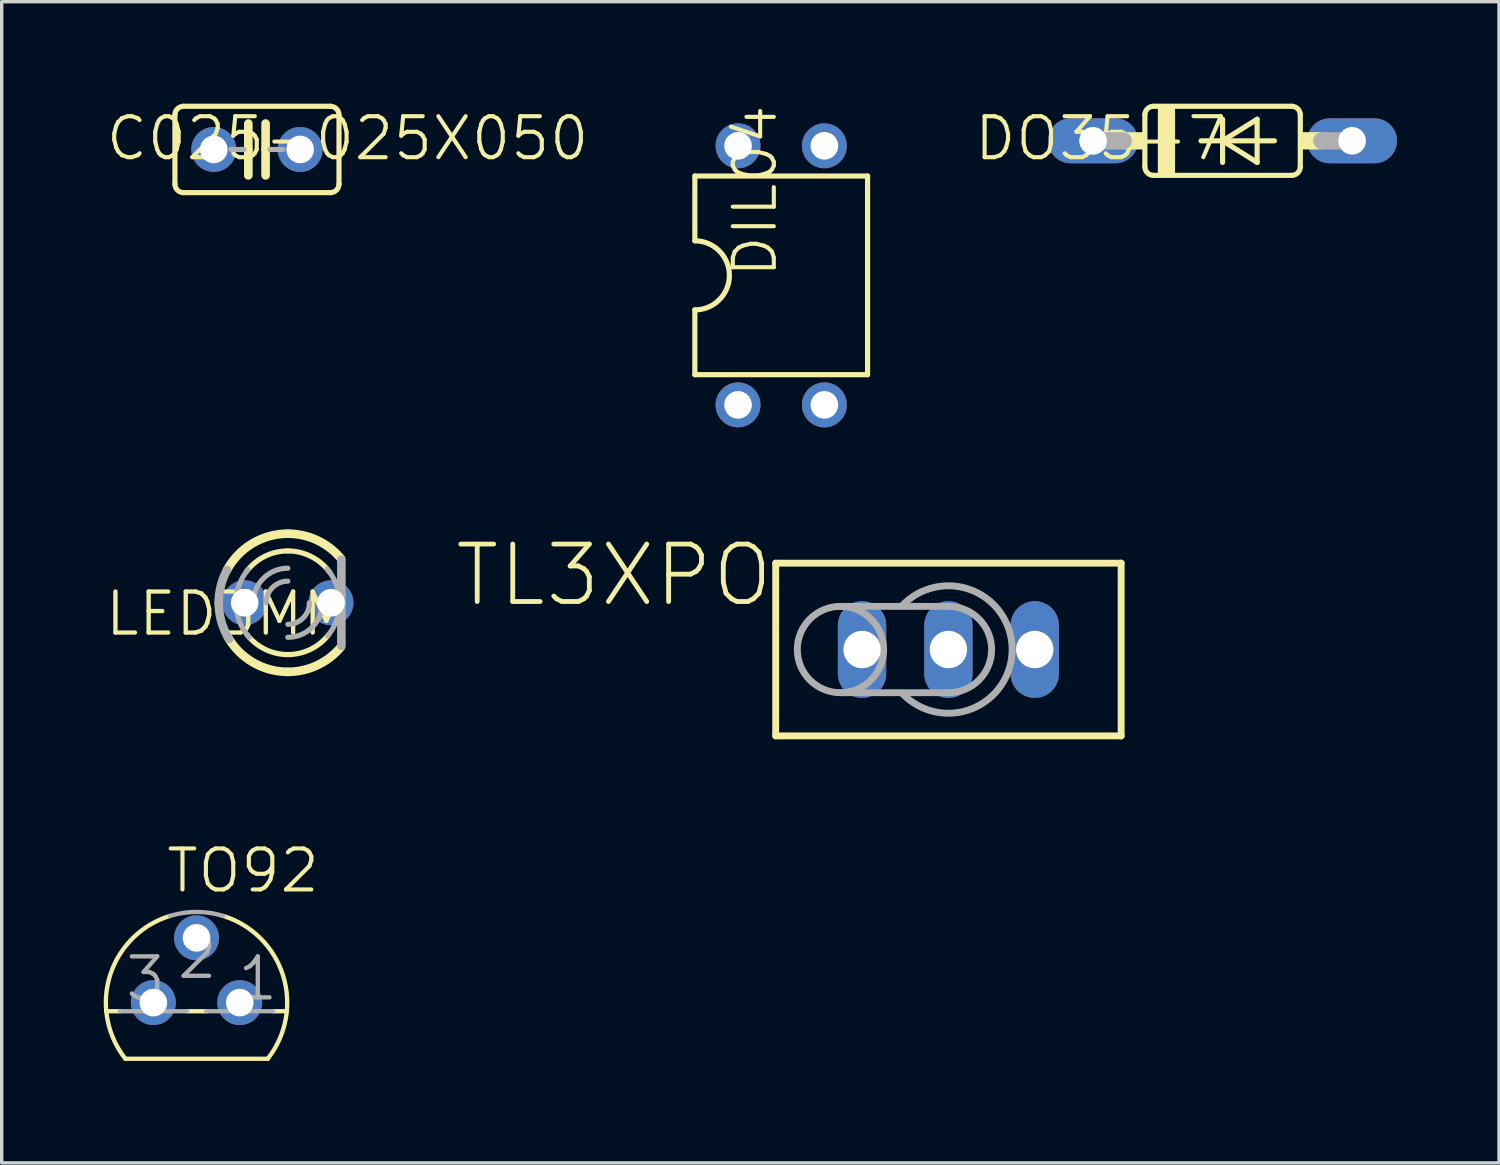
<source format=kicad_pcb>
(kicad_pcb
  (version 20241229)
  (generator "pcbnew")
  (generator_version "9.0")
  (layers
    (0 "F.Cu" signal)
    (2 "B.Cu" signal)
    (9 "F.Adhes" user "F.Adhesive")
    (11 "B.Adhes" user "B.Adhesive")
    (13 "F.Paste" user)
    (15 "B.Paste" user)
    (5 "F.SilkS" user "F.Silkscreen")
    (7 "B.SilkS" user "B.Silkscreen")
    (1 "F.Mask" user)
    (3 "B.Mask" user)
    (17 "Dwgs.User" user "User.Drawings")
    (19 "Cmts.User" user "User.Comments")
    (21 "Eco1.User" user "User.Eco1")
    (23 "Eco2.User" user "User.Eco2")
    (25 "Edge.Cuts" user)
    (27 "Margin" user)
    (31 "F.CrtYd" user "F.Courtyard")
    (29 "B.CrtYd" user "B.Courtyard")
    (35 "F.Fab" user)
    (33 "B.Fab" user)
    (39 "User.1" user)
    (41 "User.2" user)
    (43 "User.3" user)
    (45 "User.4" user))
  (footprint "DO35-7"
    (layer "F.Cu")
    (at 32.91 1.092)
    (property "Reference" "DO35-7" (at -7.366 0.635 0) (layer "F.SilkS") (effects (font (size 1.206 1.206) (thickness 0.121)) (justify left bottom)))
    (attr through_hole)
    (fp_line (start -2.286 -0.762) (end -2.286 0.762) (stroke (width 0.152) (type solid)) (layer "F.SilkS"))
    (fp_line (start -2.032 -1.016) (end 2.032 -1.016) (stroke (width 0.152) (type solid)) (layer "F.SilkS"))
    (fp_line (start -2.032 1.016) (end 2.032 1.016) (stroke (width 0.152) (type solid)) (layer "F.SilkS"))
    (fp_line (start -0.635 0) (end 0 0) (stroke (width 0.152) (type solid)) (layer "F.SilkS"))
    (fp_line (start 0 -0.635) (end 0 0) (stroke (width 0.152) (type solid)) (layer "F.SilkS"))
    (fp_line (start 0 0) (end 0 0.635) (stroke (width 0.152) (type solid)) (layer "F.SilkS"))
    (fp_line (start 0 0) (end 1.016 -0.635) (stroke (width 0.152) (type solid)) (layer "F.SilkS"))
    (fp_line (start 0 0) (end 1.524 0) (stroke (width 0.152) (type solid)) (layer "F.SilkS"))
    (fp_line (start 1.016 -0.635) (end 1.016 0.635) (stroke (width 0.152) (type solid)) (layer "F.SilkS"))
    (fp_line (start 1.016 0.635) (end 0 0) (stroke (width 0.152) (type solid)) (layer "F.SilkS"))
    (fp_line (start 2.286 -0.762) (end 2.286 0.762) (stroke (width 0.152) (type solid)) (layer "F.SilkS"))
    (fp_arc (start -2.286 -0.762) (mid -2.211605 -0.941605) (end -2.032 -1.016) (stroke (width 0.1524) (type solid)) (layer "F.SilkS"))
    (fp_arc (start -2.032 1.016) (mid -2.211605 0.941605) (end -2.286 0.762) (stroke (width 0.1524) (type solid)) (layer "F.SilkS"))
    (fp_arc (start 2.032 -1.016) (mid 2.211605 -0.941605) (end 2.286 -0.762) (stroke (width 0.1524) (type solid)) (layer "F.SilkS"))
    (fp_arc (start 2.286 0.762) (mid 2.211605 0.941605) (end 2.032 1.016) (stroke (width 0.1524) (type solid)) (layer "F.SilkS"))
    (fp_poly (pts (xy -2.921 0.254) (xy -2.286 0.254) (xy -2.286 -0.254) (xy -2.921 -0.254)) (stroke (width 0) (type solid)) (fill yes) (layer "F.SilkS"))
    (fp_poly (pts (xy -1.905 1.016) (xy -1.397 1.016) (xy -1.397 -1.016) (xy -1.905 -1.016)) (stroke (width 0) (type solid)) (fill yes) (layer "F.SilkS"))
    (fp_poly (pts (xy 2.286 0.254) (xy 2.921 0.254) (xy 2.921 -0.254) (xy 2.286 -0.254)) (stroke (width 0) (type solid)) (fill yes) (layer "F.SilkS"))
    (fp_line (start -3.81 0) (end -2.921 0) (stroke (width 0.508) (type solid)) (layer "F.Fab"))
    (fp_line (start 3.81 0) (end 2.921 0) (stroke (width 0.508) (type solid)) (layer "F.Fab"))
    (pad "A" thru_hole oval (at 3.81 0) (size 2.642 1.321) (drill 0.813) (layers "*.Cu" "*.Mask"))
    (pad "C" thru_hole oval (at -3.81 0) (size 2.642 1.321) (drill 0.813) (layers "*.Cu" "*.Mask")))
  (footprint "C025-025X050"
    (layer "F.Cu")
    (at 4.508 1.346)
    (property "Reference" "C025-025X050" (at -4.508 0.381 180) (layer "F.SilkS") (effects (font (size 1.206 1.206) (thickness 0.121)) (justify left bottom)))
    (attr through_hole)
    (fp_line (start -2.413 -1.016) (end -2.413 1.016) (stroke (width 0.152) (type solid)) (layer "F.SilkS"))
    (fp_line (start -2.159 -1.27) (end 2.159 -1.27) (stroke (width 0.152) (type solid)) (layer "F.SilkS"))
    (fp_line (start -0.254 -0.762) (end -0.254 0) (stroke (width 0.254) (type solid)) (layer "F.SilkS"))
    (fp_line (start -0.254 0) (end -0.381 0) (stroke (width 0.152) (type solid)) (layer "F.SilkS"))
    (fp_line (start -0.254 0) (end -0.254 0.762) (stroke (width 0.254) (type solid)) (layer "F.SilkS"))
    (fp_line (start 0.254 0) (end 0.254 -0.762) (stroke (width 0.254) (type solid)) (layer "F.SilkS"))
    (fp_line (start 0.254 0) (end 0.254 0.762) (stroke (width 0.254) (type solid)) (layer "F.SilkS"))
    (fp_line (start 0.381 0) (end 0.254 0) (stroke (width 0.152) (type solid)) (layer "F.SilkS"))
    (fp_line (start 2.159 1.27) (end -2.159 1.27) (stroke (width 0.152) (type solid)) (layer "F.SilkS"))
    (fp_line (start 2.413 -1.016) (end 2.413 1.016) (stroke (width 0.152) (type solid)) (layer "F.SilkS"))
    (fp_arc (start -2.413 -1.016) (mid -2.338605 -1.195605) (end -2.159 -1.27) (stroke (width 0.1524) (type solid)) (layer "F.SilkS"))
    (fp_arc (start -2.159 1.27) (mid -2.338605 1.195605) (end -2.413 1.016) (stroke (width 0.1524) (type solid)) (layer "F.SilkS"))
    (fp_arc (start 2.159 -1.27) (mid 2.338605 -1.195605) (end 2.413 -1.016) (stroke (width 0.1524) (type solid)) (layer "F.SilkS"))
    (fp_arc (start 2.413 1.016) (mid 2.338605 1.195605) (end 2.159 1.27) (stroke (width 0.1524) (type solid)) (layer "F.SilkS"))
    (fp_line (start -0.381 0) (end -0.762 0) (stroke (width 0.152) (type solid)) (layer "F.Fab"))
    (fp_line (start 0.762 0) (end 0.381 0) (stroke (width 0.152) (type solid)) (layer "F.Fab"))
    (pad "1" thru_hole circle (at -1.27 0) (size 1.321 1.321) (drill 0.813) (layers "*.Cu" "*.Mask"))
    (pad "2" thru_hole circle (at 1.27 0) (size 1.321 1.321) (drill 0.813) (layers "*.Cu" "*.Mask")))
  (footprint "TO92"
    (layer "F.Cu")
    (at 2.731 26.44)
    (property "Reference" "TO92" (at -0.953 -3.175 0) (layer "F.SilkS") (effects (font (size 1.206 1.206) (thickness 0.121)) (justify left bottom)))
    (attr through_hole)
    (fp_line (start -2.655 0.254) (end -2.254 0.254) (stroke (width 0.127) (type solid)) (layer "F.SilkS"))
    (fp_line (start -2.095 1.651) (end 2.095 1.651) (stroke (width 0.127) (type solid)) (layer "F.SilkS"))
    (fp_line (start -0.286 0.254) (end 0.286 0.254) (stroke (width 0.127) (type solid)) (layer "F.SilkS"))
    (fp_line (start 2.254 0.254) (end 2.655 0.254) (stroke (width 0.127) (type solid)) (layer "F.SilkS"))
    (fp_arc (start -2.6549 0.254) (mid -2.219001 -1.479566) (end -0.786299 -2.548501) (stroke (width 0.127) (type solid)) (layer "F.SilkS"))
    (fp_arc (start -2.0946 1.651) (mid -2.475347 0.992847) (end -2.654901 0.254) (stroke (width 0.127) (type solid)) (layer "F.SilkS"))
    (fp_arc (start 0.7863 -2.5484) (mid 2.546275 -0.793203) (end 2.094499 1.651) (stroke (width 0.127) (type solid)) (layer "F.SilkS"))
    (fp_line (start -2.254 0.254) (end -0.286 0.254) (stroke (width 0.127) (type solid)) (layer "F.Fab"))
    (fp_line (start 0.286 0.254) (end 2.254 0.254) (stroke (width 0.127) (type solid)) (layer "F.Fab"))
    (fp_arc (start -0.7863 -2.5485) (mid 0 -2.667043) (end 0.7863 -2.5485) (stroke (width 0.127) (type solid)) (layer "F.Fab"))
    (fp_text user "1" (at 1.143 0 0) (layer "F.Fab") (effects (font (size 1.206 1.206) (thickness 0.127)) (justify left bottom)))
    (fp_text user "3" (at -2.159 0 0) (layer "F.Fab") (effects (font (size 1.206 1.206) (thickness 0.127)) (justify left bottom)))
    (fp_text user "2" (at -0.635 -0.635 0) (layer "F.Fab") (effects (font (size 1.206 1.206) (thickness 0.127)) (justify left bottom)))
    (pad "1" thru_hole circle (at 1.27 0) (size 1.321 1.321) (drill 0.813) (layers "*.Cu" "*.Mask"))
    (pad "2" thru_hole circle (at 0 -1.905) (size 1.321 1.321) (drill 0.813) (layers "*.Cu" "*.Mask"))
    (pad "3" thru_hole circle (at -1.27 0) (size 1.321 1.321) (drill 0.813) (layers "*.Cu" "*.Mask")))
  (footprint "TL3XPO"
    (layer "F.Cu")
    (at 24.846 16.055)
    (property "Reference" "TL3XPO" (at -5.08 -3.175 0) (layer "F.SilkS") (effects (font (size 1.689 1.689) (thickness 0.142)) (justify right top)))
    (attr through_hole)
    (fp_line (start -5.08 -2.54) (end 5.08 -2.54) (stroke (width 0.203) (type solid)) (layer "F.SilkS"))
    (fp_line (start -5.08 2.54) (end -5.08 -2.54) (stroke (width 0.203) (type solid)) (layer "F.SilkS"))
    (fp_line (start 5.08 -2.54) (end 5.08 2.54) (stroke (width 0.203) (type solid)) (layer "F.SilkS"))
    (fp_line (start 5.08 2.54) (end -5.08 2.54) (stroke (width 0.203) (type solid)) (layer "F.SilkS"))
    (fp_line (start -3.175 -1.27) (end 0 -1.27) (stroke (width 0.203) (type solid)) (layer "F.Fab"))
    (fp_line (start -3.175 1.27) (end 0 1.27) (stroke (width 0.203) (type solid)) (layer "F.Fab"))
    (fp_arc (start -1.375 -1.275) (mid 1.874583 -0.018928) (end -1.35 1.3) (stroke (width 0.2032) (type solid)) (layer "F.Fab"))
    (fp_arc (start 0 -1.27) (mid 1.27 0) (end 0 1.27) (stroke (width 0.2032) (type solid)) (layer "F.Fab"))
    (fp_circle (center -3.175 0) (end -1.905 0) (stroke (width 0.203) (type solid)) (fill no) (layer "F.Fab"))
    (pad "1" thru_hole oval (at -2.54 0 90) (size 2.845 1.422) (drill 1.1) (layers "*.Cu" "*.Mask"))
    (pad "2" thru_hole oval (at 0 0 90) (size 2.845 1.422) (drill 1.1) (layers "*.Cu" "*.Mask"))
    (pad "3" thru_hole oval (at 2.54 0 90) (size 2.845 1.422) (drill 1.1) (layers "*.Cu" "*.Mask")))
  (footprint "LED3MM"
    (layer "F.Cu")
    (at 5.416 14.679)
    (property "Reference" "LED3MM" (at 1.905 -0.381 0) (layer "F.SilkS") (effects (font (size 1.206 1.206) (thickness 0.127)) (justify right top)))
    (attr through_hole)
    (fp_arc (start -1.7929 -0.9562) (mid -1.045438 -1.7424) (end 0 -2.032) (stroke (width 0.254) (type solid)) (layer "F.SilkS"))
    (fp_arc (start -1.2192 -0.9144) (mid -0.681554 -1.363107) (end 0 -1.524) (stroke (width 0.1524) (type solid)) (layer "F.SilkS"))
    (fp_arc (start 0 -2.032) (mid 0.861864 -1.840173) (end 1.561 -1.3009) (stroke (width 0.254) (type solid)) (layer "F.SilkS"))
    (fp_arc (start 0 -1.524) (mid 0.697339 -1.355082) (end 1.2401 -0.885801) (stroke (width 0.1524) (type solid)) (layer "F.SilkS"))
    (fp_arc (start 0 1.524) (mid -0.669593 1.369018) (end -1.203 0.9356) (stroke (width 0.1524) (type solid)) (layer "F.SilkS"))
    (fp_arc (start 0 2.032) (mid -1.019924 1.757525) (end -1.7643 1.0082) (stroke (width 0.254) (type solid)) (layer "F.SilkS"))
    (fp_arc (start 1.203 0.9356) (mid 0.669593 1.369018) (end 0 1.524) (stroke (width 0.1524) (type solid)) (layer "F.SilkS"))
    (fp_arc (start 1.5512 1.3126) (mid 0.854953 1.843405) (end 0 2.032) (stroke (width 0.254) (type solid)) (layer "F.SilkS"))
    (fp_line (start 1.575 1.27) (end 1.575 -1.27) (stroke (width 0.254) (type solid)) (layer "F.Fab"))
    (fp_arc (start -2.032 0) (mid -1.970339 -0.496775) (end -1.7891 -0.9634) (stroke (width 0.254) (type solid)) (layer "F.Fab"))
    (fp_arc (start -1.7306 1.065) (mid -1.95521 0.553417) (end -2.032 0) (stroke (width 0.254) (type solid)) (layer "F.Fab"))
    (fp_arc (start -1.524 0) (mid -1.432981 -0.518783) (end -1.1708 -0.9756) (stroke (width 0.1524) (type solid)) (layer "F.Fab"))
    (fp_arc (start -1.1391 1.0125) (mid -1.42454 0.5416) (end -1.524 0) (stroke (width 0.1524) (type solid)) (layer "F.Fab"))
    (fp_arc (start -1.016 0) (mid -0.71842 -0.71842) (end 0 -1.016) (stroke (width 0.1524) (type solid)) (layer "F.Fab"))
    (fp_arc (start -0.635 0) (mid -0.449013 -0.449013) (end 0 -0.635) (stroke (width 0.1524) (type solid)) (layer "F.Fab"))
    (fp_arc (start 0.635 0) (mid 0.449013 0.449013) (end 0 0.635) (stroke (width 0.1524) (type solid)) (layer "F.Fab"))
    (fp_arc (start 1.016 0) (mid 0.71842 0.71842) (end 0 1.016) (stroke (width 0.1524) (type solid)) (layer "F.Fab"))
    (fp_arc (start 1.1571 -0.9918) (mid 1.429332 -0.528744) (end 1.524 0) (stroke (width 0.1524) (type solid)) (layer "F.Fab"))
    (fp_arc (start 1.524 0) (mid 1.432981 0.518783) (end 1.1708 0.9756) (stroke (width 0.1524) (type solid)) (layer "F.Fab"))
    (pad "A" thru_hole circle (at -1.27 0) (size 1.321 1.321) (drill 0.813) (layers "*.Cu" "*.Mask"))
    (pad "K" thru_hole circle (at 1.27 0) (size 1.321 1.321) (drill 0.813) (layers "*.Cu" "*.Mask")))
  (footprint "DIL04"
    (layer "F.Cu")
    (at 19.928 5.049)
    (property "Reference" "DIL04" (at -0.064 0.127 90) (layer "F.SilkS") (effects (font (size 1.206 1.206) (thickness 0.121)) (justify left bottom)))
    (attr through_hole)
    (fp_line (start -2.54 -2.921) (end -2.54 -1.016) (stroke (width 0.152) (type solid)) (layer "F.SilkS"))
    (fp_line (start -2.54 2.921) (end -2.54 1.016) (stroke (width 0.152) (type solid)) (layer "F.SilkS"))
    (fp_line (start -2.54 2.921) (end 2.54 2.921) (stroke (width 0.152) (type solid)) (layer "F.SilkS"))
    (fp_line (start 2.54 -2.921) (end -2.54 -2.921) (stroke (width 0.152) (type solid)) (layer "F.SilkS"))
    (fp_line (start 2.54 -2.921) (end 2.54 2.921) (stroke (width 0.152) (type solid)) (layer "F.SilkS"))
    (fp_arc (start -2.54 -1.016) (mid -1.524 0) (end -2.54 1.016) (stroke (width 0.1524) (type solid)) (layer "F.SilkS"))
    (pad "1" thru_hole circle (at -1.27 3.81 270) (size 1.321 1.321) (drill 0.813) (layers "*.Cu" "*.Mask"))
    (pad "2" thru_hole circle (at 1.27 3.81 270) (size 1.321 1.321) (drill 0.813) (layers "*.Cu" "*.Mask"))
    (pad "3" thru_hole circle (at 1.27 -3.81 90) (size 1.321 1.321) (drill 0.813) (layers "*.Cu" "*.Mask"))
    (pad "4" thru_hole circle (at -1.27 -3.81 90) (size 1.321 1.321) (drill 0.813) (layers "*.Cu" "*.Mask")))
  (gr_rect
    (start -3 -3)
    (end 41.041 31.154)
    (stroke (width 0.1) (type default))
    (fill no)
    (layer "Edge.Cuts")))
</source>
